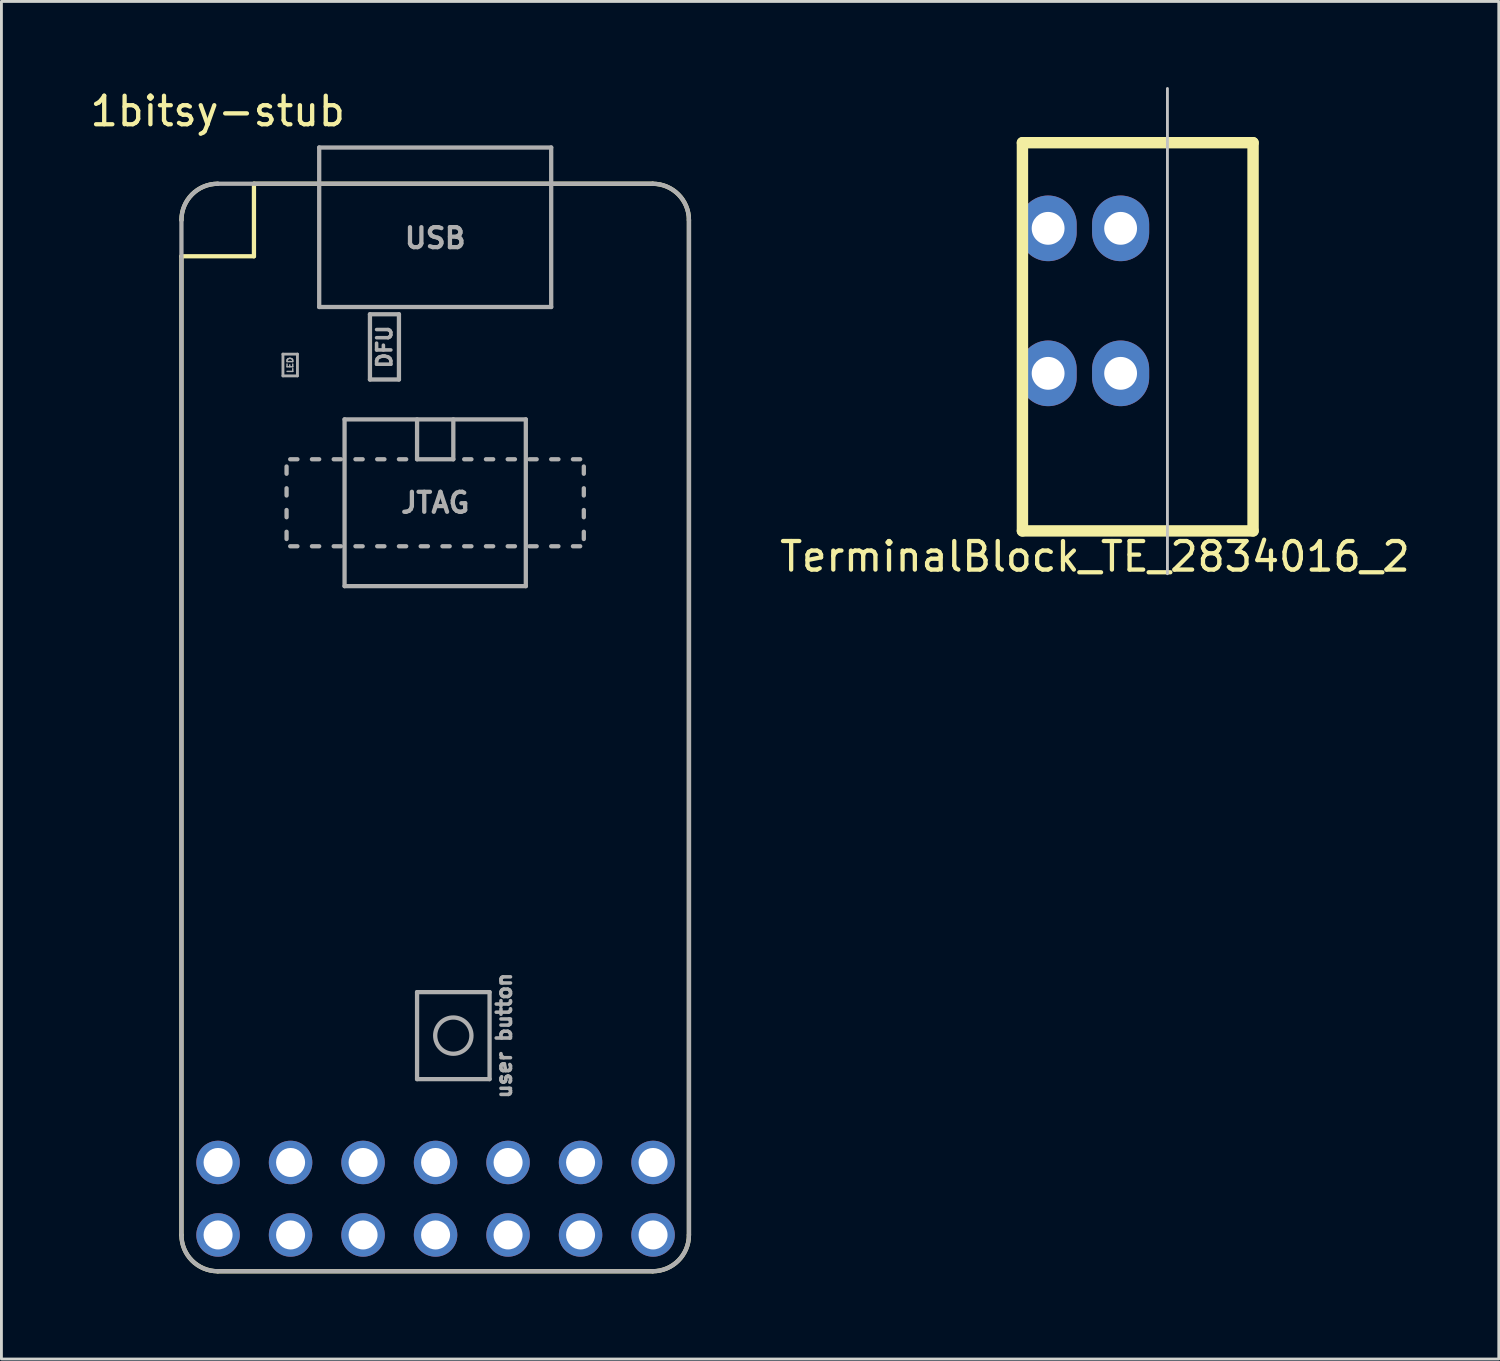
<source format=kicad_pcb>
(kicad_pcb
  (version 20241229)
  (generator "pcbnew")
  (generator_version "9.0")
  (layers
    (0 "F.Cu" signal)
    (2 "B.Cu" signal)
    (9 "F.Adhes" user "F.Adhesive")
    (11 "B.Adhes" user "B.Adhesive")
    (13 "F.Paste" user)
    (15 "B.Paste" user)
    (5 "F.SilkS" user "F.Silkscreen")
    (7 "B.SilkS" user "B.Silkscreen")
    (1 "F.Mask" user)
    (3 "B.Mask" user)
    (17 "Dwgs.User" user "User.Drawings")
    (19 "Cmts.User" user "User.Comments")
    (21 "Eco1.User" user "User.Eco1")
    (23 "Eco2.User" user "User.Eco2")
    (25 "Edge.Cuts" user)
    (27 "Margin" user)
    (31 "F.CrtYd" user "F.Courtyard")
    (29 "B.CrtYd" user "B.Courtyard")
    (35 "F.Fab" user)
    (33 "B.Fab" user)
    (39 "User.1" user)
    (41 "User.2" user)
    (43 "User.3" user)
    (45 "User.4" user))
  (footprint "1bitsy-stub"
    (layer "F.Cu")
    (at 4.577 4.658)
    (property "Reference" "1bitsy-stub" (at 0 -3.81 0) (layer "F.SilkS") (effects (font (size 1 1) (thickness 0.15))))
    (attr through_hole)
    (fp_line (start -1.27 1.27) (end -1.27 35.56) (stroke (width 0.15) (type solid)) (layer "F.SilkS"))
    (fp_line (start 0 36.83) (end 15.24 36.83) (stroke (width 0.15) (type solid)) (layer "F.SilkS"))
    (fp_line (start 1.27 -1.27) (end 1.27 1.27) (stroke (width 0.15) (type solid)) (layer "F.SilkS"))
    (fp_line (start 1.27 -1.27) (end 15.24 -1.27) (stroke (width 0.15) (type solid)) (layer "F.SilkS"))
    (fp_line (start 1.27 1.27) (end -1.27 1.27) (stroke (width 0.15) (type solid)) (layer "F.SilkS"))
    (fp_line (start 16.51 35.56) (end 16.51 0) (stroke (width 0.15) (type solid)) (layer "F.SilkS"))
    (fp_arc (start -1.27 0) (mid -0.898026 -0.898026) (end 0 -1.27) (stroke (width 0.15) (type solid)) (layer "F.SilkS"))
    (fp_arc (start 0 36.83) (mid -0.898026 36.458026) (end -1.27 35.56) (stroke (width 0.15) (type solid)) (layer "F.SilkS"))
    (fp_arc (start 15.24 -1.27) (mid 16.138026 -0.898026) (end 16.51 0) (stroke (width 0.15) (type solid)) (layer "F.SilkS"))
    (fp_arc (start 16.51 35.56) (mid 16.138026 36.458026) (end 15.24 36.83) (stroke (width 0.15) (type solid)) (layer "F.SilkS"))
    (fp_line (start -1.27 35.56) (end -1.27 0) (stroke (width 0.15) (type solid)) (layer "F.Fab"))
    (fp_line (start 0 -1.27) (end 15.24 -1.27) (stroke (width 0.15) (type solid)) (layer "F.Fab"))
    (fp_line (start 2.286 4.699) (end 2.794 4.699) (stroke (width 0.1) (type solid)) (layer "F.Fab"))
    (fp_line (start 2.286 5.461) (end 2.286 4.699) (stroke (width 0.1) (type solid)) (layer "F.Fab"))
    (fp_line (start 2.413 8.89) (end 2.413 8.636) (stroke (width 0.15) (type solid)) (layer "F.Fab"))
    (fp_line (start 2.413 9.652) (end 2.413 9.398) (stroke (width 0.15) (type solid)) (layer "F.Fab"))
    (fp_line (start 2.413 10.414) (end 2.413 10.16) (stroke (width 0.15) (type solid)) (layer "F.Fab"))
    (fp_line (start 2.413 11.176) (end 2.413 10.922) (stroke (width 0.15) (type solid)) (layer "F.Fab"))
    (fp_line (start 2.794 4.699) (end 2.794 5.461) (stroke (width 0.1) (type solid)) (layer "F.Fab"))
    (fp_line (start 2.794 5.461) (end 2.286 5.461) (stroke (width 0.1) (type solid)) (layer "F.Fab"))
    (fp_line (start 2.794 8.382) (end 2.54 8.382) (stroke (width 0.15) (type solid)) (layer "F.Fab"))
    (fp_line (start 2.794 11.43) (end 2.54 11.43) (stroke (width 0.15) (type solid)) (layer "F.Fab"))
    (fp_line (start 3.556 -2.54) (end 11.684 -2.54) (stroke (width 0.15) (type solid)) (layer "F.Fab"))
    (fp_line (start 3.556 -1.27) (end 3.556 -2.54) (stroke (width 0.15) (type solid)) (layer "F.Fab"))
    (fp_line (start 3.556 -1.27) (end 3.556 3.048) (stroke (width 0.15) (type solid)) (layer "F.Fab"))
    (fp_line (start 3.556 3.048) (end 11.684 3.048) (stroke (width 0.15) (type solid)) (layer "F.Fab"))
    (fp_line (start 3.556 8.382) (end 3.302 8.382) (stroke (width 0.15) (type solid)) (layer "F.Fab"))
    (fp_line (start 3.556 11.43) (end 3.302 11.43) (stroke (width 0.15) (type solid)) (layer "F.Fab"))
    (fp_line (start 4.064 8.382) (end 4.318 8.382) (stroke (width 0.15) (type solid)) (layer "F.Fab"))
    (fp_line (start 4.318 11.43) (end 4.064 11.43) (stroke (width 0.15) (type solid)) (layer "F.Fab"))
    (fp_line (start 4.445 6.985) (end 10.795 6.985) (stroke (width 0.15) (type solid)) (layer "F.Fab"))
    (fp_line (start 4.445 12.827) (end 4.445 6.985) (stroke (width 0.15) (type solid)) (layer "F.Fab"))
    (fp_line (start 4.826 8.382) (end 5.08 8.382) (stroke (width 0.15) (type solid)) (layer "F.Fab"))
    (fp_line (start 4.826 11.43) (end 5.08 11.43) (stroke (width 0.15) (type solid)) (layer "F.Fab"))
    (fp_line (start 5.334 3.302) (end 6.35 3.302) (stroke (width 0.15) (type solid)) (layer "F.Fab"))
    (fp_line (start 5.334 5.588) (end 5.334 3.302) (stroke (width 0.15) (type solid)) (layer "F.Fab"))
    (fp_line (start 5.588 8.382) (end 5.842 8.382) (stroke (width 0.15) (type solid)) (layer "F.Fab"))
    (fp_line (start 5.588 11.43) (end 5.842 11.43) (stroke (width 0.15) (type solid)) (layer "F.Fab"))
    (fp_line (start 6.35 3.302) (end 6.35 5.588) (stroke (width 0.15) (type solid)) (layer "F.Fab"))
    (fp_line (start 6.35 5.588) (end 5.334 5.588) (stroke (width 0.15) (type solid)) (layer "F.Fab"))
    (fp_line (start 6.35 8.382) (end 6.604 8.382) (stroke (width 0.15) (type solid)) (layer "F.Fab"))
    (fp_line (start 6.35 11.43) (end 6.604 11.43) (stroke (width 0.15) (type solid)) (layer "F.Fab"))
    (fp_line (start 6.985 6.985) (end 6.985 8.382) (stroke (width 0.15) (type solid)) (layer "F.Fab"))
    (fp_line (start 6.985 8.382) (end 8.255 8.382) (stroke (width 0.15) (type solid)) (layer "F.Fab"))
    (fp_line (start 6.985 27.051) (end 9.525 27.051) (stroke (width 0.15) (type solid)) (layer "F.Fab"))
    (fp_line (start 6.985 30.099) (end 6.985 27.051) (stroke (width 0.15) (type solid)) (layer "F.Fab"))
    (fp_line (start 7.112 11.43) (end 7.366 11.43) (stroke (width 0.15) (type solid)) (layer "F.Fab"))
    (fp_line (start 7.874 11.43) (end 8.128 11.43) (stroke (width 0.15) (type solid)) (layer "F.Fab"))
    (fp_line (start 8.255 8.382) (end 8.255 6.985) (stroke (width 0.15) (type solid)) (layer "F.Fab"))
    (fp_line (start 8.636 8.382) (end 8.89 8.382) (stroke (width 0.15) (type solid)) (layer "F.Fab"))
    (fp_line (start 8.636 11.43) (end 8.89 11.43) (stroke (width 0.15) (type solid)) (layer "F.Fab"))
    (fp_line (start 9.398 8.382) (end 9.652 8.382) (stroke (width 0.15) (type solid)) (layer "F.Fab"))
    (fp_line (start 9.398 11.43) (end 9.652 11.43) (stroke (width 0.15) (type solid)) (layer "F.Fab"))
    (fp_line (start 9.525 27.051) (end 9.525 30.099) (stroke (width 0.15) (type solid)) (layer "F.Fab"))
    (fp_line (start 9.525 30.099) (end 6.985 30.099) (stroke (width 0.15) (type solid)) (layer "F.Fab"))
    (fp_line (start 10.16 8.382) (end 10.414 8.382) (stroke (width 0.15) (type solid)) (layer "F.Fab"))
    (fp_line (start 10.16 11.43) (end 10.414 11.43) (stroke (width 0.15) (type solid)) (layer "F.Fab"))
    (fp_line (start 10.795 6.985) (end 10.795 12.827) (stroke (width 0.15) (type solid)) (layer "F.Fab"))
    (fp_line (start 10.795 12.827) (end 4.445 12.827) (stroke (width 0.15) (type solid)) (layer "F.Fab"))
    (fp_line (start 10.922 11.43) (end 11.176 11.43) (stroke (width 0.15) (type solid)) (layer "F.Fab"))
    (fp_line (start 11.176 8.382) (end 10.922 8.382) (stroke (width 0.15) (type solid)) (layer "F.Fab"))
    (fp_line (start 11.684 -2.54) (end 11.684 -1.27) (stroke (width 0.15) (type solid)) (layer "F.Fab"))
    (fp_line (start 11.684 3.048) (end 11.684 -1.27) (stroke (width 0.15) (type solid)) (layer "F.Fab"))
    (fp_line (start 11.684 8.382) (end 11.938 8.382) (stroke (width 0.15) (type solid)) (layer "F.Fab"))
    (fp_line (start 11.684 11.43) (end 11.938 11.43) (stroke (width 0.15) (type solid)) (layer "F.Fab"))
    (fp_line (start 12.446 8.382) (end 12.7 8.382) (stroke (width 0.15) (type solid)) (layer "F.Fab"))
    (fp_line (start 12.446 11.43) (end 12.7 11.43) (stroke (width 0.15) (type solid)) (layer "F.Fab"))
    (fp_line (start 12.827 8.89) (end 12.827 8.636) (stroke (width 0.15) (type solid)) (layer "F.Fab"))
    (fp_line (start 12.827 9.652) (end 12.827 9.398) (stroke (width 0.15) (type solid)) (layer "F.Fab"))
    (fp_line (start 12.827 10.414) (end 12.827 10.16) (stroke (width 0.15) (type solid)) (layer "F.Fab"))
    (fp_line (start 12.827 11.176) (end 12.827 10.922) (stroke (width 0.15) (type solid)) (layer "F.Fab"))
    (fp_line (start 15.24 36.83) (end 0 36.83) (stroke (width 0.15) (type solid)) (layer "F.Fab"))
    (fp_line (start 16.51 0) (end 16.51 35.56) (stroke (width 0.15) (type solid)) (layer "F.Fab"))
    (fp_arc (start -1.27 0) (mid -0.898026 -0.898026) (end 0 -1.27) (stroke (width 0.15) (type solid)) (layer "F.Fab"))
    (fp_arc (start 0 36.83) (mid -0.898026 36.458026) (end -1.27 35.56) (stroke (width 0.15) (type solid)) (layer "F.Fab"))
    (fp_arc (start 15.24 -1.27) (mid 16.138026 -0.898026) (end 16.51 0) (stroke (width 0.15) (type solid)) (layer "F.Fab"))
    (fp_arc (start 16.51 35.56) (mid 16.138026 36.458026) (end 15.24 36.83) (stroke (width 0.15) (type solid)) (layer "F.Fab"))
    (fp_circle (center 8.255 28.575) (end 8.89 28.575) (stroke (width 0.15) (type solid)) (fill no) (layer "F.Fab"))
    (fp_text user "user button" (at 10.033 28.575 90) (layer "F.Fab") (effects (font (size 0.5 0.5) (thickness 0.125))))
    (fp_text user "DFU" (at 5.842 4.445 90) (layer "F.Fab") (effects (font (size 0.5 0.5) (thickness 0.125))))
    (fp_text user "JTAG" (at 7.62 9.906 0) (layer "F.Fab") (effects (font (size 0.7 0.7) (thickness 0.15))))
    (fp_text user "USB" (at 7.62 0.635 0) (layer "F.Fab") (effects (font (size 0.7 0.7) (thickness 0.15))))
    (fp_text user "LED" (at 2.54 5.08 90) (layer "F.Fab") (effects (font (size 0.2 0.2) (thickness 0.05))))
    (pad "14" thru_hole circle (at 0.013 33.019 270) (size 1.524 1.524) (drill 1.016) (layers "*.Cu" "*.Mask"))
    (pad "15" thru_hole circle (at 0.013 35.559 270) (size 1.524 1.524) (drill 1.016) (layers "*.Cu" "*.Mask"))
    (pad "16" thru_hole circle (at 15.253 35.559 270) (size 1.524 1.524) (drill 1.016) (layers "*.Cu" "*.Mask"))
    (pad "17" thru_hole circle (at 15.253 33.019 270) (size 1.524 1.524) (drill 1.016) (layers "*.Cu" "*.Mask"))
    (pad "31" thru_hole circle (at 2.553 33.019 270) (size 1.524 1.524) (drill 1.016) (layers "*.Cu" "*.Mask"))
    (pad "32" thru_hole circle (at 2.553 35.559 270) (size 1.524 1.524) (drill 1.016) (layers "*.Cu" "*.Mask"))
    (pad "33" thru_hole circle (at 5.093 33.019 270) (size 1.524 1.524) (drill 1.016) (layers "*.Cu" "*.Mask"))
    (pad "34" thru_hole circle (at 5.093 35.559 270) (size 1.524 1.524) (drill 1.016) (layers "*.Cu" "*.Mask"))
    (pad "35" thru_hole circle (at 7.633 33.019 270) (size 1.524 1.524) (drill 1.016) (layers "*.Cu" "*.Mask"))
    (pad "36" thru_hole circle (at 7.633 35.559 270) (size 1.524 1.524) (drill 1.016) (layers "*.Cu" "*.Mask"))
    (pad "37" thru_hole circle (at 10.173 33.019 270) (size 1.524 1.524) (drill 1.016) (layers "*.Cu" "*.Mask"))
    (pad "38" thru_hole circle (at 10.173 35.559 270) (size 1.524 1.524) (drill 1.016) (layers "*.Cu" "*.Mask"))
    (pad "39" thru_hole circle (at 12.713 33.019 270) (size 1.524 1.524) (drill 1.016) (layers "*.Cu" "*.Mask"))
    (pad "40" thru_hole circle (at 12.713 35.559 270) (size 1.524 1.524) (drill 1.016) (layers "*.Cu" "*.Mask")))
  (footprint "TerminalBlock_TE_2834016_2"
    (placed yes)
    (layer "F.Cu")
    (at 37.851 15.55)
    (property "Reference" "TerminalBlock_TE_2834016_2" (at -2.54 0.9 0) (layer "F.SilkS") (effects (font (size 1 1) (thickness 0.15))))
    (attr through_hole)
    (fp_line (start -5.08 -13.6) (end 3 -13.6) (stroke (width 0.4) (type solid)) (layer "F.SilkS"))
    (fp_line (start -5.08 0) (end -5.08 -13.6) (stroke (width 0.4) (type solid)) (layer "F.SilkS"))
    (fp_line (start 3 -13.6) (end 3 0) (stroke (width 0.4) (type solid)) (layer "F.SilkS"))
    (fp_line (start 3 0) (end -5.08 0) (stroke (width 0.4) (type solid)) (layer "F.SilkS"))
    (fp_line (start 0 1.5) (end 0 -15.5) (stroke (width 0.1) (type solid)) (layer "Dwgs.User"))
    (pad "1" thru_hole oval (at -4.18 -10.6) (size 2 2.3) (drill 1.15) (layers "*.Cu" "*.Mask"))
    (pad "1" thru_hole oval (at -4.18 -5.52) (size 2 2.3) (drill 1.15) (layers "*.Cu" "*.Mask"))
    (pad "2" thru_hole oval (at -1.64 -10.6) (size 2 2.3) (drill 1.15) (layers "*.Cu" "*.Mask"))
    (pad "2" thru_hole oval (at -1.64 -5.52) (size 2 2.3) (drill 1.15) (layers "*.Cu" "*.Mask")))
  (gr_rect
    (start -3 -3)
    (end 49.46 44.563)
    (stroke (width 0.1) (type default))
    (fill no)
    (layer "Edge.Cuts")))
</source>
